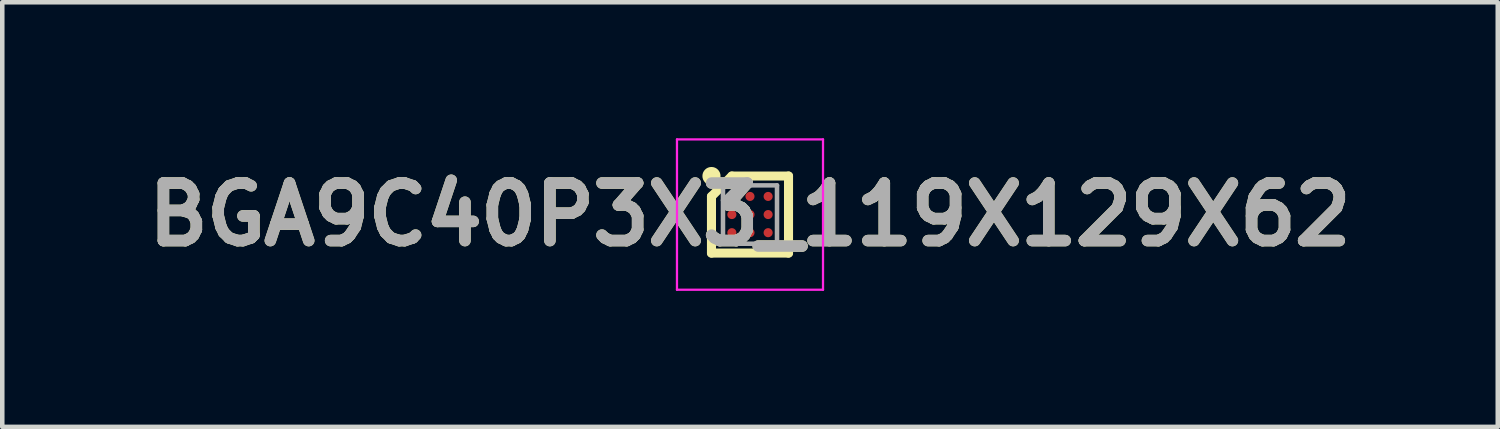
<source format=kicad_pcb>
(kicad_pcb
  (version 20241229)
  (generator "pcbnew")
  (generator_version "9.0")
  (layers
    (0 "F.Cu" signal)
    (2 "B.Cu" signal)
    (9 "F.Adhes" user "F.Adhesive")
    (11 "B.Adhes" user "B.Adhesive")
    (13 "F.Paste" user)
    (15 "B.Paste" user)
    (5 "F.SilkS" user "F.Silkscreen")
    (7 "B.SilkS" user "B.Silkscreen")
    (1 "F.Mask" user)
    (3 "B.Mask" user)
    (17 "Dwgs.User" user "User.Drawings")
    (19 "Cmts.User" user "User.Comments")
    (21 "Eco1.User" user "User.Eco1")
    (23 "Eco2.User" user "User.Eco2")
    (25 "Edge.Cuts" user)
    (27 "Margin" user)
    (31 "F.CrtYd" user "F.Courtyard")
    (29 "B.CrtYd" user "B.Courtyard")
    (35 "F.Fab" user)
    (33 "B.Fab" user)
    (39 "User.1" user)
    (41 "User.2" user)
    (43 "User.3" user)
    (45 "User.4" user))
  (footprint "BGA9C40P3X3_119X129X62"
    (layer "F.Cu")
    (at 13.498 1.684)
    (property "Reference" "BGA9C40P3X3_119X129X62" (at 0 0 0) (layer "F.SilkS") (effects (font (size 1.27 1.27) (thickness 0.254))))
    (attr smd)
    (fp_line (start -0.85 -0.4) (end -0.4 -0.85) (stroke (width 0.2) (type solid)) (layer "F.SilkS"))
    (fp_line (start -0.85 0.85) (end -0.85 -0.4) (stroke (width 0.2) (type solid)) (layer "F.SilkS"))
    (fp_line (start -0.4 -0.85) (end 0.85 -0.85) (stroke (width 0.2) (type solid)) (layer "F.SilkS"))
    (fp_line (start 0.85 -0.85) (end 0.85 0.85) (stroke (width 0.2) (type solid)) (layer "F.SilkS"))
    (fp_line (start 0.85 0.85) (end -0.85 0.85) (stroke (width 0.2) (type solid)) (layer "F.SilkS"))
    (fp_circle (center -0.85 -0.85) (end -0.85 -0.75) (stroke (width 0.2) (type solid)) (fill no) (layer "F.SilkS"))
    (fp_line (start -1.611 -1.659) (end 1.611 -1.659) (stroke (width 0.05) (type solid)) (layer "F.CrtYd"))
    (fp_line (start -1.611 1.659) (end -1.611 -1.659) (stroke (width 0.05) (type solid)) (layer "F.CrtYd"))
    (fp_line (start 1.611 -1.659) (end 1.611 1.659) (stroke (width 0.05) (type solid)) (layer "F.CrtYd"))
    (fp_line (start 1.611 1.659) (end -1.611 1.659) (stroke (width 0.05) (type solid)) (layer "F.CrtYd"))
    (fp_line (start -0.596 -0.644) (end 0.596 -0.644) (stroke (width 0.1) (type solid)) (layer "F.Fab"))
    (fp_line (start -0.596 -0.314) (end -0.266 -0.644) (stroke (width 0.1) (type solid)) (layer "F.Fab"))
    (fp_line (start -0.596 0.644) (end -0.596 -0.644) (stroke (width 0.1) (type solid)) (layer "F.Fab"))
    (fp_line (start 0.596 -0.644) (end 0.596 0.644) (stroke (width 0.1) (type solid)) (layer "F.Fab"))
    (fp_line (start 0.596 0.644) (end -0.596 0.644) (stroke (width 0.1) (type solid)) (layer "F.Fab"))
    (fp_text user "${REFERENCE}" (at 0 0 0) (layer "F.Fab") (effects (font (size 1.27 1.27) (thickness 0.254))))
    (pad "A1" smd circle (at -0.4 -0.4 90) (size 0.2 0.2) (layers "F.Cu" "F.Mask" "F.Paste"))
    (pad "A2" smd circle (at 0 -0.4 90) (size 0.2 0.2) (layers "F.Cu" "F.Mask" "F.Paste"))
    (pad "A3" smd circle (at 0.4 -0.4 90) (size 0.2 0.2) (layers "F.Cu" "F.Mask" "F.Paste"))
    (pad "B1" smd circle (at -0.4 0 90) (size 0.2 0.2) (layers "F.Cu" "F.Mask" "F.Paste"))
    (pad "B2" smd circle (at 0 0 90) (size 0.2 0.2) (layers "F.Cu" "F.Mask" "F.Paste"))
    (pad "B3" smd circle (at 0.4 0 90) (size 0.2 0.2) (layers "F.Cu" "F.Mask" "F.Paste"))
    (pad "C1" smd circle (at -0.4 0.4 90) (size 0.2 0.2) (layers "F.Cu" "F.Mask" "F.Paste"))
    (pad "C2" smd circle (at 0 0.4 90) (size 0.2 0.2) (layers "F.Cu" "F.Mask" "F.Paste"))
    (pad "C3" smd circle (at 0.4 0.4 90) (size 0.2 0.2) (layers "F.Cu" "F.Mask" "F.Paste")))
  (gr_rect
    (start -3 -3)
    (end 29.997 6.368)
    (stroke (width 0.1) (type default))
    (fill no)
    (layer "Edge.Cuts")))
</source>
